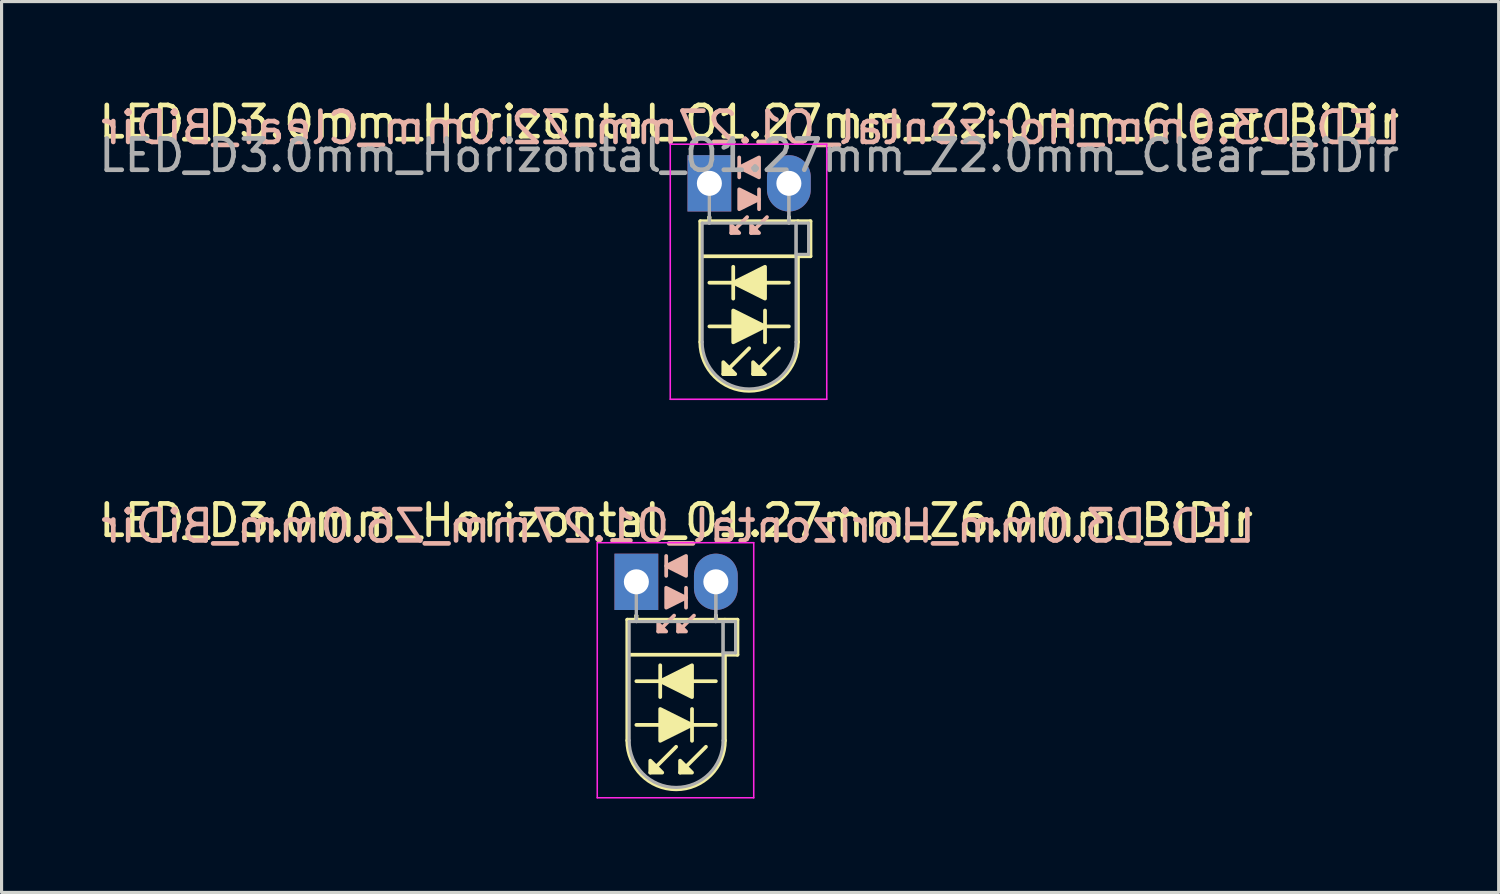
<source format=kicad_pcb>
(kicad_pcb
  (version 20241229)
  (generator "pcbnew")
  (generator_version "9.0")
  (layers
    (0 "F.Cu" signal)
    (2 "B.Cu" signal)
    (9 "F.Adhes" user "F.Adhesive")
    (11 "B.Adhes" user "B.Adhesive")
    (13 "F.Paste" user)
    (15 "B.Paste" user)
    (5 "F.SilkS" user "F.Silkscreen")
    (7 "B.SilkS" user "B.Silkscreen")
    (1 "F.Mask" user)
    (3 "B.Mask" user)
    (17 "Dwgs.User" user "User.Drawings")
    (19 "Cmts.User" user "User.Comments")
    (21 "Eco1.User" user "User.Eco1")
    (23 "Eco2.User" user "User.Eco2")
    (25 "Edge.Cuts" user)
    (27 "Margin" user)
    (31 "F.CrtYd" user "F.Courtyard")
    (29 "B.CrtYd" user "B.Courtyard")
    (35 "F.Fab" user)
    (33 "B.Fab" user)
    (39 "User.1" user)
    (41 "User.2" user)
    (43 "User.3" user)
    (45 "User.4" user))
  (footprint "LED_D3.0mm_Horizontal_O1.27mm_Z6.0mm_BiDir"
    (layer "F.Cu")
    (at 17.284 15.541)
    (property "Reference" "LED_D3.0mm_Horizontal_O1.27mm_Z6.0mm_BiDir" (at 1.27 -1.96 0) (layer "F.SilkS") (effects (font (size 1 1) (thickness 0.15))))
    (fp_line (start -0.29 1.21) (end -0.29 5.07) (stroke (width 0.12) (type solid)) (layer "F.SilkS"))
    (fp_line (start -0.29 1.21) (end 2.83 1.21) (stroke (width 0.12) (type solid)) (layer "F.SilkS"))
    (fp_line (start 0 1.08) (end 0 1.08) (stroke (width 0.12) (type solid)) (layer "F.SilkS"))
    (fp_line (start 0 1.08) (end 0 1.21) (stroke (width 0.12) (type solid)) (layer "F.SilkS"))
    (fp_line (start 0 1.21) (end 0 1.08) (stroke (width 0.12) (type solid)) (layer "F.SilkS"))
    (fp_line (start 0 1.21) (end 0 1.21) (stroke (width 0.12) (type solid)) (layer "F.SilkS"))
    (fp_line (start 0 4.572) (end 2.54 4.572) (stroke (width 0.12) (type solid)) (layer "F.SilkS"))
    (fp_line (start 0.762 2.667) (end 0.762 3.683) (stroke (width 0.12) (type solid)) (layer "F.SilkS"))
    (fp_line (start 1.27 5.271) (end 0.445 6.096) (stroke (width 0.12) (type solid)) (layer "F.SilkS"))
    (fp_line (start 1.778 5.08) (end 1.778 4.064) (stroke (width 0.12) (type solid)) (layer "F.SilkS"))
    (fp_line (start 2.223 5.271) (end 1.397 6.096) (stroke (width 0.12) (type solid)) (layer "F.SilkS"))
    (fp_line (start 2.54 1.08) (end 2.54 1.08) (stroke (width 0.12) (type solid)) (layer "F.SilkS"))
    (fp_line (start 2.54 1.08) (end 2.54 1.21) (stroke (width 0.12) (type solid)) (layer "F.SilkS"))
    (fp_line (start 2.54 1.21) (end 2.54 1.08) (stroke (width 0.12) (type solid)) (layer "F.SilkS"))
    (fp_line (start 2.54 1.21) (end 2.54 1.21) (stroke (width 0.12) (type solid)) (layer "F.SilkS"))
    (fp_line (start 2.54 3.175) (end 0 3.175) (stroke (width 0.12) (type solid)) (layer "F.SilkS"))
    (fp_line (start 2.83 1.21) (end 3.23 1.21) (stroke (width 0.12) (type solid)) (layer "F.SilkS"))
    (fp_line (start 2.83 2.33) (end 2.83 5.07) (stroke (width 0.12) (type solid)) (layer "F.SilkS"))
    (fp_line (start 3.23 1.21) (end 3.23 2.33) (stroke (width 0.12) (type solid)) (layer "F.SilkS"))
    (fp_line (start 3.23 2.33) (end -0.254 2.33) (stroke (width 0.12) (type solid)) (layer "F.SilkS"))
    (fp_arc (start 2.83 5.07) (mid 1.27 6.63) (end -0.29 5.07) (stroke (width 0.12) (type solid)) (layer "F.SilkS"))
    (fp_poly (pts (xy 0.445 5.715) (xy 0.826 6.096) (xy 0.445 6.096)) (stroke (width 0.12) (type solid)) (fill yes) (layer "F.SilkS"))
    (fp_poly (pts (xy 0.762 4.064) (xy 1.778 4.572) (xy 0.762 5.08)) (stroke (width 0.12) (type solid)) (fill yes) (layer "F.SilkS"))
    (fp_poly (pts (xy 1.397 5.715) (xy 1.778 6.096) (xy 1.397 6.096)) (stroke (width 0.12) (type solid)) (fill yes) (layer "F.SilkS"))
    (fp_poly (pts (xy 1.778 3.683) (xy 0.762 3.175) (xy 1.778 2.667)) (stroke (width 0.12) (type solid)) (fill yes) (layer "F.SilkS"))
    (fp_line (start 0.953 -0.826) (end 0.953 -0.191) (stroke (width 0.12) (type solid)) (layer "B.SilkS"))
    (fp_line (start 1.206 1.079) (end 0.699 1.587) (stroke (width 0.12) (type solid)) (layer "B.SilkS"))
    (fp_line (start 1.587 0.826) (end 1.587 0.191) (stroke (width 0.12) (type solid)) (layer "B.SilkS"))
    (fp_line (start 1.841 1.079) (end 1.333 1.587) (stroke (width 0.12) (type solid)) (layer "B.SilkS"))
    (fp_poly (pts (xy 0.699 1.333) (xy 0.953 1.587) (xy 0.699 1.587)) (stroke (width 0.12) (type solid)) (fill yes) (layer "B.SilkS"))
    (fp_poly (pts (xy 0.953 0.191) (xy 1.587 0.508) (xy 0.953 0.826)) (stroke (width 0.12) (type solid)) (fill yes) (layer "B.SilkS"))
    (fp_poly (pts (xy 1.333 1.333) (xy 1.587 1.587) (xy 1.333 1.587)) (stroke (width 0.12) (type solid)) (fill yes) (layer "B.SilkS"))
    (fp_poly (pts (xy 1.587 -0.191) (xy 0.953 -0.508) (xy 1.587 -0.826)) (stroke (width 0.12) (type solid)) (fill yes) (layer "B.SilkS"))
    (fp_line (start -1.25 -1.25) (end -1.25 6.9) (stroke (width 0.05) (type solid)) (layer "F.CrtYd"))
    (fp_line (start -1.25 6.9) (end 3.75 6.9) (stroke (width 0.05) (type solid)) (layer "F.CrtYd"))
    (fp_line (start 3.75 -1.25) (end -1.25 -1.25) (stroke (width 0.05) (type solid)) (layer "F.CrtYd"))
    (fp_line (start 3.75 6.9) (end 3.75 -1.25) (stroke (width 0.05) (type solid)) (layer "F.CrtYd"))
    (fp_line (start -0.23 1.27) (end -0.23 5.07) (stroke (width 0.1) (type solid)) (layer "F.Fab"))
    (fp_line (start -0.23 1.27) (end 2.77 1.27) (stroke (width 0.1) (type solid)) (layer "F.Fab"))
    (fp_line (start 0 0) (end 0 0) (stroke (width 0.1) (type solid)) (layer "F.Fab"))
    (fp_line (start 0 0) (end 0 1.27) (stroke (width 0.1) (type solid)) (layer "F.Fab"))
    (fp_line (start 0 1.27) (end 0 0) (stroke (width 0.1) (type solid)) (layer "F.Fab"))
    (fp_line (start 0 1.27) (end 0 1.27) (stroke (width 0.1) (type solid)) (layer "F.Fab"))
    (fp_line (start 2.54 0) (end 2.54 0) (stroke (width 0.1) (type solid)) (layer "F.Fab"))
    (fp_line (start 2.54 0) (end 2.54 1.27) (stroke (width 0.1) (type solid)) (layer "F.Fab"))
    (fp_line (start 2.54 1.27) (end 2.54 0) (stroke (width 0.1) (type solid)) (layer "F.Fab"))
    (fp_line (start 2.54 1.27) (end 2.54 1.27) (stroke (width 0.1) (type solid)) (layer "F.Fab"))
    (fp_line (start 2.77 1.27) (end 2.77 5.07) (stroke (width 0.1) (type solid)) (layer "F.Fab"))
    (fp_line (start 2.77 1.27) (end 3.17 1.27) (stroke (width 0.1) (type solid)) (layer "F.Fab"))
    (fp_line (start 2.77 2.27) (end 2.77 1.27) (stroke (width 0.1) (type solid)) (layer "F.Fab"))
    (fp_line (start 3.17 1.27) (end 3.17 2.27) (stroke (width 0.1) (type solid)) (layer "F.Fab"))
    (fp_line (start 3.17 2.27) (end 2.77 2.27) (stroke (width 0.1) (type solid)) (layer "F.Fab"))
    (fp_arc (start 2.77 5.07) (mid 1.27 6.57) (end -0.23 5.07) (stroke (width 0.1) (type solid)) (layer "F.Fab"))
    (fp_text user "${REFERENCE}" (at 1.333 -1.778 0) (layer "B.SilkS") (effects (font (size 1 1) (thickness 0.15)) (justify mirror)))
    (pad "1" thru_hole rect (at 0 0) (size 1.4 1.8) (drill 0.8) (layers "*.Cu" "*.Mask"))
    (pad "2" thru_hole oval (at 2.54 0) (size 1.4 1.8) (drill 0.8) (layers "*.Cu" "*.Mask")))
  (footprint "LED_D3.0mm_Horizontal_O1.27mm_Z2.0mm_Clear_BiDir"
    (layer "F.Cu")
    (at 19.617 2.808)
    (property "Reference" "LED_D3.0mm_Horizontal_O1.27mm_Z2.0mm_Clear_BiDir" (at 1.27 -1.96 0) (layer "F.SilkS") (effects (font (size 1 1) (thickness 0.15))))
    (fp_line (start -0.29 1.21) (end -0.29 5.07) (stroke (width 0.12) (type solid)) (layer "F.SilkS"))
    (fp_line (start -0.29 1.21) (end 2.83 1.21) (stroke (width 0.12) (type solid)) (layer "F.SilkS"))
    (fp_line (start 0 1.08) (end 0 1.08) (stroke (width 0.12) (type solid)) (layer "F.SilkS"))
    (fp_line (start 0 1.08) (end 0 1.21) (stroke (width 0.12) (type solid)) (layer "F.SilkS"))
    (fp_line (start 0 1.21) (end 0 1.08) (stroke (width 0.12) (type solid)) (layer "F.SilkS"))
    (fp_line (start 0 1.21) (end 0 1.21) (stroke (width 0.12) (type solid)) (layer "F.SilkS"))
    (fp_line (start 0 4.572) (end 2.54 4.572) (stroke (width 0.12) (type solid)) (layer "F.SilkS"))
    (fp_line (start 0.762 2.667) (end 0.762 3.683) (stroke (width 0.12) (type solid)) (layer "F.SilkS"))
    (fp_line (start 1.27 5.271) (end 0.445 6.096) (stroke (width 0.12) (type solid)) (layer "F.SilkS"))
    (fp_line (start 1.778 5.08) (end 1.778 4.064) (stroke (width 0.12) (type solid)) (layer "F.SilkS"))
    (fp_line (start 2.223 5.271) (end 1.397 6.096) (stroke (width 0.12) (type solid)) (layer "F.SilkS"))
    (fp_line (start 2.54 1.08) (end 2.54 1.08) (stroke (width 0.12) (type solid)) (layer "F.SilkS"))
    (fp_line (start 2.54 1.08) (end 2.54 1.21) (stroke (width 0.12) (type solid)) (layer "F.SilkS"))
    (fp_line (start 2.54 1.21) (end 2.54 1.08) (stroke (width 0.12) (type solid)) (layer "F.SilkS"))
    (fp_line (start 2.54 1.21) (end 2.54 1.21) (stroke (width 0.12) (type solid)) (layer "F.SilkS"))
    (fp_line (start 2.54 3.175) (end 0 3.175) (stroke (width 0.12) (type solid)) (layer "F.SilkS"))
    (fp_line (start 2.83 1.21) (end 3.23 1.21) (stroke (width 0.12) (type solid)) (layer "F.SilkS"))
    (fp_line (start 2.83 2.33) (end 2.83 5.07) (stroke (width 0.12) (type solid)) (layer "F.SilkS"))
    (fp_line (start 3.23 1.21) (end 3.23 2.33) (stroke (width 0.12) (type solid)) (layer "F.SilkS"))
    (fp_line (start 3.23 2.33) (end -0.254 2.33) (stroke (width 0.12) (type solid)) (layer "F.SilkS"))
    (fp_arc (start 2.83 5.07) (mid 1.27 6.63) (end -0.29 5.07) (stroke (width 0.12) (type solid)) (layer "F.SilkS"))
    (fp_poly (pts (xy 0.445 5.715) (xy 0.826 6.096) (xy 0.445 6.096)) (stroke (width 0.12) (type solid)) (fill yes) (layer "F.SilkS"))
    (fp_poly (pts (xy 0.762 4.064) (xy 1.778 4.572) (xy 0.762 5.08)) (stroke (width 0.12) (type solid)) (fill yes) (layer "F.SilkS"))
    (fp_poly (pts (xy 1.397 5.715) (xy 1.778 6.096) (xy 1.397 6.096)) (stroke (width 0.12) (type solid)) (fill yes) (layer "F.SilkS"))
    (fp_poly (pts (xy 1.778 3.683) (xy 0.762 3.175) (xy 1.778 2.667)) (stroke (width 0.12) (type solid)) (fill yes) (layer "F.SilkS"))
    (fp_line (start 0.953 -0.826) (end 0.953 -0.191) (stroke (width 0.12) (type solid)) (layer "B.SilkS"))
    (fp_line (start 1.206 1.079) (end 0.699 1.587) (stroke (width 0.12) (type solid)) (layer "B.SilkS"))
    (fp_line (start 1.587 0.826) (end 1.587 0.191) (stroke (width 0.12) (type solid)) (layer "B.SilkS"))
    (fp_line (start 1.841 1.079) (end 1.333 1.587) (stroke (width 0.12) (type solid)) (layer "B.SilkS"))
    (fp_poly (pts (xy 0.699 1.333) (xy 0.953 1.587) (xy 0.699 1.587)) (stroke (width 0.12) (type solid)) (fill yes) (layer "B.SilkS"))
    (fp_poly (pts (xy 0.953 0.191) (xy 1.587 0.508) (xy 0.953 0.826)) (stroke (width 0.12) (type solid)) (fill yes) (layer "B.SilkS"))
    (fp_poly (pts (xy 1.333 1.333) (xy 1.587 1.587) (xy 1.333 1.587)) (stroke (width 0.12) (type solid)) (fill yes) (layer "B.SilkS"))
    (fp_poly (pts (xy 1.587 -0.191) (xy 0.953 -0.508) (xy 1.587 -0.826)) (stroke (width 0.12) (type solid)) (fill yes) (layer "B.SilkS"))
    (fp_line (start -1.25 -1.25) (end -1.25 6.9) (stroke (width 0.05) (type solid)) (layer "F.CrtYd"))
    (fp_line (start -1.25 6.9) (end 3.75 6.9) (stroke (width 0.05) (type solid)) (layer "F.CrtYd"))
    (fp_line (start 3.75 -1.25) (end -1.25 -1.25) (stroke (width 0.05) (type solid)) (layer "F.CrtYd"))
    (fp_line (start 3.75 6.9) (end 3.75 -1.25) (stroke (width 0.05) (type solid)) (layer "F.CrtYd"))
    (fp_line (start -0.23 1.27) (end -0.23 5.07) (stroke (width 0.1) (type solid)) (layer "F.Fab"))
    (fp_line (start -0.23 1.27) (end 2.77 1.27) (stroke (width 0.1) (type solid)) (layer "F.Fab"))
    (fp_line (start 0 0) (end 0 0) (stroke (width 0.1) (type solid)) (layer "F.Fab"))
    (fp_line (start 0 0) (end 0 1.27) (stroke (width 0.1) (type solid)) (layer "F.Fab"))
    (fp_line (start 0 1.27) (end 0 0) (stroke (width 0.1) (type solid)) (layer "F.Fab"))
    (fp_line (start 0 1.27) (end 0 1.27) (stroke (width 0.1) (type solid)) (layer "F.Fab"))
    (fp_line (start 2.54 0) (end 2.54 0) (stroke (width 0.1) (type solid)) (layer "F.Fab"))
    (fp_line (start 2.54 0) (end 2.54 1.27) (stroke (width 0.1) (type solid)) (layer "F.Fab"))
    (fp_line (start 2.54 1.27) (end 2.54 0) (stroke (width 0.1) (type solid)) (layer "F.Fab"))
    (fp_line (start 2.54 1.27) (end 2.54 1.27) (stroke (width 0.1) (type solid)) (layer "F.Fab"))
    (fp_line (start 2.77 1.27) (end 2.77 5.07) (stroke (width 0.1) (type solid)) (layer "F.Fab"))
    (fp_line (start 2.77 1.27) (end 3.17 1.27) (stroke (width 0.1) (type solid)) (layer "F.Fab"))
    (fp_line (start 2.77 2.27) (end 2.77 1.27) (stroke (width 0.1) (type solid)) (layer "F.Fab"))
    (fp_line (start 3.17 1.27) (end 3.17 2.27) (stroke (width 0.1) (type solid)) (layer "F.Fab"))
    (fp_line (start 3.17 2.27) (end 2.77 2.27) (stroke (width 0.1) (type solid)) (layer "F.Fab"))
    (fp_arc (start 2.77 5.07) (mid 1.27 6.57) (end -0.23 5.07) (stroke (width 0.1) (type solid)) (layer "F.Fab"))
    (fp_text user "${REFERENCE}" (at 1.333 -1.778 0) (layer "B.SilkS") (effects (font (size 1 1) (thickness 0.15)) (justify mirror)))
    (fp_text user "${REFERENCE}" (at 1.27 -0.889 0) (layer "F.Fab") (effects (font (size 1 1) (thickness 0.15))))
    (pad "1" thru_hole rect (at 0 0) (size 1.4 1.8) (drill 0.8) (layers "*.Cu" "*.Mask"))
    (pad "2" thru_hole oval (at 2.54 0) (size 1.4 1.8) (drill 0.8) (layers "*.Cu" "*.Mask")))
  (gr_rect
    (start -3 -3)
    (end 44.837 25.466)
    (stroke (width 0.1) (type default))
    (fill no)
    (layer "Edge.Cuts")))
</source>
